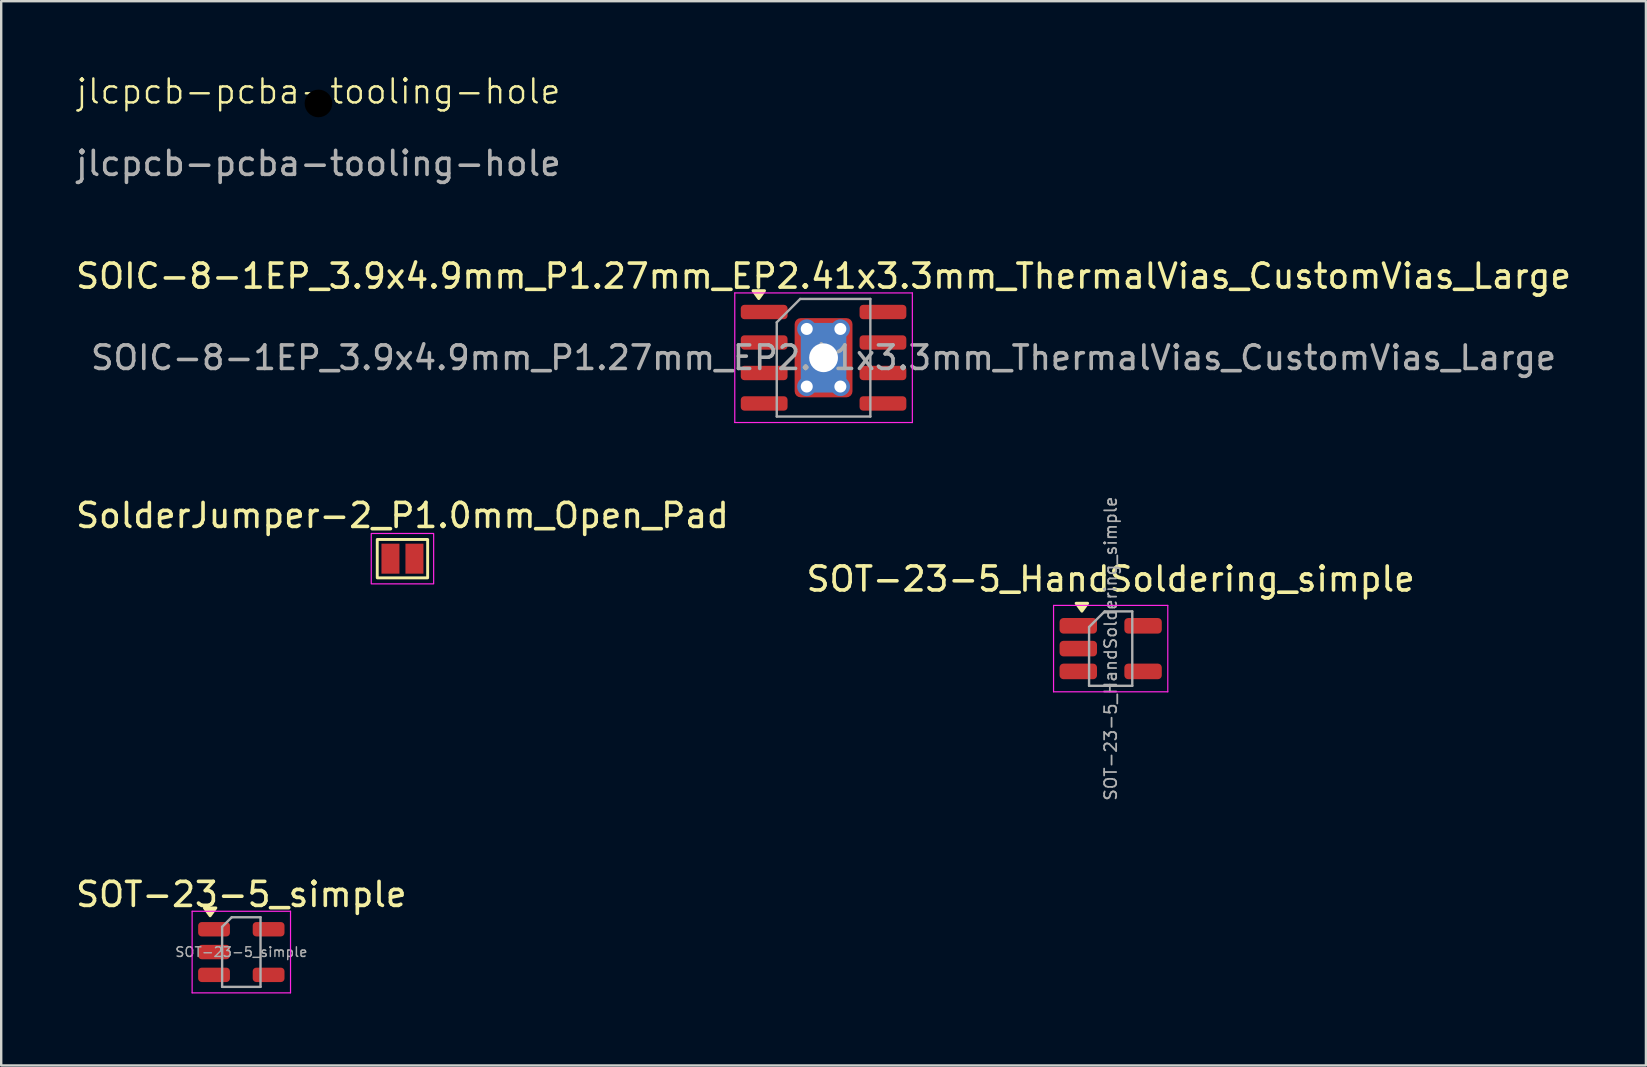
<source format=kicad_pcb>
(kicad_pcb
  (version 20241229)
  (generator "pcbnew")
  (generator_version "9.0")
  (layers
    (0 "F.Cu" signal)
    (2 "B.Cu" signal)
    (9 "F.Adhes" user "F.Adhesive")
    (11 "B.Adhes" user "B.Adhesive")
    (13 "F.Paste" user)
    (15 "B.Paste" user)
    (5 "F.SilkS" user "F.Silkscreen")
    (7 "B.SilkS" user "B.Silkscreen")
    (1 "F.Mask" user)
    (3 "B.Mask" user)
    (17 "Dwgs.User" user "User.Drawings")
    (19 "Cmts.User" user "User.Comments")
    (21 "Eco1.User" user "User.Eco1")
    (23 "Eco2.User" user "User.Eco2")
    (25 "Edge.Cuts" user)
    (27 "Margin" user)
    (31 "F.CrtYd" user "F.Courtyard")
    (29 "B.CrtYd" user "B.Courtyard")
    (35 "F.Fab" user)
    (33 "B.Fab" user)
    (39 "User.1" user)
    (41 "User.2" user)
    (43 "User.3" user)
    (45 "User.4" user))
  (footprint "jlcpcb-pcba-tooling-hole"
    (layer "F.Cu")
    (at 10.22 1.26)
    (property "Reference" "jlcpcb-pcba-tooling-hole" (at 0 -0.5 0) (unlocked yes) (layer "F.SilkS") (effects (font (size 1 1) (thickness 0.1))))
    (attr through_hole)
    (fp_text user "${REFERENCE}" (at 0 2.5 0) (unlocked yes) (layer "F.Fab") (effects (font (size 1 1) (thickness 0.15))))
    (pad "" np_thru_hole circle (at 0 0) (size 1.3 1.3) (drill 1.152) (layers "*.Mask")))
  (footprint "SolderJumper-2_P1.0mm_Open_Pad"
    (layer "F.Cu")
    (at 13.72 20.23)
    (property "Reference" "SolderJumper-2_P1.0mm_Open_Pad" (at 0 -1.8 0) (layer "F.SilkS") (effects (font (size 1 1) (thickness 0.15))))
    (attr exclude_from_pos_files exclude_from_bom)
    (fp_rect (start -1.05 -0.8) (end 1.05 0.8) (stroke (width 0.12) (type default)) (fill no) (layer "F.SilkS"))
    (fp_rect (start -1.3 -1.05) (end 1.3 1.05) (stroke (width 0.05) (type default)) (fill no) (layer "F.CrtYd"))
    (pad "1" smd rect (at -0.5 0) (size 0.75 1.25) (layers "F.Cu" "F.Mask"))
    (pad "2" smd rect (at 0.5 0) (size 0.75 1.25) (layers "F.Cu" "F.Mask")))
  (footprint "SOIC-8-1EP_3.9x4.9mm_P1.27mm_EP2.41x3.3mm_ThermalVias_CustomVias_Large"
    (layer "F.Cu")
    (at 31.268 11.857)
    (property "Reference" "SOIC-8-1EP_3.9x4.9mm_P1.27mm_EP2.41x3.3mm_ThermalVias_CustomVias_Large" (at 0 -3.4 0) (layer "F.SilkS") (effects (font (size 1 1) (thickness 0.15))))
    (attr smd)
    (fp_poly (pts (xy -2.7 -2.465) (xy -2.94 -2.795) (xy -2.46 -2.795) (xy -2.7 -2.465)) (stroke (width 0.12) (type solid)) (fill yes) (layer "F.SilkS"))
    (fp_line (start -3.7 -2.7) (end -3.7 2.7) (stroke (width 0.05) (type solid)) (layer "F.CrtYd"))
    (fp_line (start -3.7 2.7) (end 3.7 2.7) (stroke (width 0.05) (type solid)) (layer "F.CrtYd"))
    (fp_line (start 3.7 -2.7) (end -3.7 -2.7) (stroke (width 0.05) (type solid)) (layer "F.CrtYd"))
    (fp_line (start 3.7 2.7) (end 3.7 -2.7) (stroke (width 0.05) (type solid)) (layer "F.CrtYd"))
    (fp_line (start -1.95 -1.475) (end -0.975 -2.45) (stroke (width 0.1) (type solid)) (layer "F.Fab"))
    (fp_line (start -1.95 2.45) (end -1.95 -1.475) (stroke (width 0.1) (type solid)) (layer "F.Fab"))
    (fp_line (start -0.975 -2.45) (end 1.95 -2.45) (stroke (width 0.1) (type solid)) (layer "F.Fab"))
    (fp_line (start 1.95 -2.45) (end 1.95 2.45) (stroke (width 0.1) (type solid)) (layer "F.Fab"))
    (fp_line (start 1.95 2.45) (end -1.95 2.45) (stroke (width 0.1) (type solid)) (layer "F.Fab"))
    (fp_text user "${REFERENCE}" (at 0 0 0) (layer "F.Fab") (effects (font (size 0.98 0.98) (thickness 0.15))))
    (pad "" smd roundrect (at -0.6 -0.825) (size 1.01 1.38) (layers "F.Paste") (roundrect_rratio 0.248))
    (pad "" smd roundrect (at -0.6 0.825) (size 1.01 1.38) (layers "F.Paste") (roundrect_rratio 0.248))
    (pad "" smd roundrect (at 0.6 -0.825) (size 1.01 1.38) (layers "F.Paste") (roundrect_rratio 0.248))
    (pad "" smd roundrect (at 0.6 0.825) (size 1.01 1.38) (layers "F.Paste") (roundrect_rratio 0.248))
    (pad "1" smd roundrect (at -2.475 -1.905) (size 1.95 0.6) (layers "F.Cu" "F.Mask" "F.Paste") (roundrect_rratio 0.25))
    (pad "2" smd roundrect (at -2.475 -0.635) (size 1.95 0.6) (layers "F.Cu" "F.Mask" "F.Paste") (roundrect_rratio 0.25))
    (pad "3" smd roundrect (at -2.475 0.635) (size 1.95 0.6) (layers "F.Cu" "F.Mask" "F.Paste") (roundrect_rratio 0.25))
    (pad "4" smd roundrect (at -2.475 1.905) (size 1.95 0.6) (layers "F.Cu" "F.Mask" "F.Paste") (roundrect_rratio 0.25))
    (pad "5" smd roundrect (at 2.475 1.905) (size 1.95 0.6) (layers "F.Cu" "F.Mask" "F.Paste") (roundrect_rratio 0.25))
    (pad "6" smd roundrect (at 2.475 0.635) (size 1.95 0.6) (layers "F.Cu" "F.Mask" "F.Paste") (roundrect_rratio 0.25))
    (pad "7" smd roundrect (at 2.475 -0.635) (size 1.95 0.6) (layers "F.Cu" "F.Mask" "F.Paste") (roundrect_rratio 0.25))
    (pad "8" smd roundrect (at 2.475 -1.905) (size 1.95 0.6) (layers "F.Cu" "F.Mask" "F.Paste") (roundrect_rratio 0.25))
    (pad "9" thru_hole circle (at -0.7 -1.2) (size 0.8 0.8) (drill 0.5) (property pad_prop_heatsink) (layers "*.Cu"))
    (pad "9" thru_hole circle (at -0.7 1.2) (size 0.8 0.8) (drill 0.5) (property pad_prop_heatsink) (layers "*.Cu"))
    (pad "9" thru_hole circle (at 0 0) (size 1.8 1.8) (drill 1.2) (property pad_prop_heatsink) (layers "*.Cu"))
    (pad "9" smd rect (at 0 0) (size 1.9 2.9) (property pad_prop_heatsink) (layers "B.Cu"))
    (pad "9" smd roundrect (at 0 0) (size 2.41 3.3) (property pad_prop_heatsink) (layers "F.Cu" "F.Mask") (roundrect_rratio 0.104))
    (pad "9" thru_hole circle (at 0.7 -1.2) (size 0.8 0.8) (drill 0.5) (property pad_prop_heatsink) (layers "*.Cu"))
    (pad "9" thru_hole circle (at 0.7 1.2) (size 0.8 0.8) (drill 0.5) (property pad_prop_heatsink) (layers "*.Cu")))
  (footprint "SOT-23-5_HandSoldering_simple"
    (layer "F.Cu")
    (at 43.232 23.978)
    (property "Reference" "SOT-23-5_HandSoldering_simple" (at 0 -2.9 0) (layer "F.SilkS") (effects (font (size 1 1) (thickness 0.15))))
    (attr smd)
    (fp_poly (pts (xy -1.2 -1.56) (xy -1.44 -1.89) (xy -0.96 -1.89) (xy -1.2 -1.56)) (stroke (width 0.12) (type solid)) (fill yes) (layer "F.SilkS"))
    (fp_line (start -2.38 -1.8) (end -2.38 1.8) (stroke (width 0.05) (type solid)) (layer "F.CrtYd"))
    (fp_line (start -2.38 -1.8) (end 2.38 -1.8) (stroke (width 0.05) (type solid)) (layer "F.CrtYd"))
    (fp_line (start 2.38 1.8) (end -2.38 1.8) (stroke (width 0.05) (type solid)) (layer "F.CrtYd"))
    (fp_line (start 2.38 1.8) (end 2.38 -1.8) (stroke (width 0.05) (type solid)) (layer "F.CrtYd"))
    (fp_line (start -0.9 -0.9) (end -0.9 1.55) (stroke (width 0.1) (type solid)) (layer "F.Fab"))
    (fp_line (start -0.9 -0.9) (end -0.25 -1.55) (stroke (width 0.1) (type solid)) (layer "F.Fab"))
    (fp_line (start 0.9 -1.55) (end -0.25 -1.55) (stroke (width 0.1) (type solid)) (layer "F.Fab"))
    (fp_line (start 0.9 -1.55) (end 0.9 1.55) (stroke (width 0.1) (type solid)) (layer "F.Fab"))
    (fp_line (start 0.9 1.55) (end -0.9 1.55) (stroke (width 0.1) (type solid)) (layer "F.Fab"))
    (fp_text user "${REFERENCE}" (at 0 0 90) (layer "F.Fab") (effects (font (size 0.5 0.5) (thickness 0.075))))
    (pad "1" smd roundrect (at -1.35 -0.95) (size 1.56 0.65) (layers "F.Cu" "F.Mask" "F.Paste") (roundrect_rratio 0.25))
    (pad "2" smd roundrect (at -1.35 0) (size 1.56 0.65) (layers "F.Cu" "F.Mask" "F.Paste") (roundrect_rratio 0.25))
    (pad "3" smd roundrect (at -1.35 0.95) (size 1.56 0.65) (layers "F.Cu" "F.Mask" "F.Paste") (roundrect_rratio 0.25))
    (pad "4" smd roundrect (at 1.35 0.95) (size 1.56 0.65) (layers "F.Cu" "F.Mask" "F.Paste") (roundrect_rratio 0.25))
    (pad "5" smd roundrect (at 1.35 -0.95) (size 1.56 0.65) (layers "F.Cu" "F.Mask" "F.Paste") (roundrect_rratio 0.25)))
  (footprint "SOT-23-5_simple"
    (layer "F.Cu")
    (at 7.006 36.622)
    (property "Reference" "SOT-23-5_simple" (at 0 -2.4 0) (layer "F.SilkS") (effects (font (size 1 1) (thickness 0.15))))
    (attr smd)
    (fp_poly (pts (xy -1.3 -1.51) (xy -1.54 -1.84) (xy -1.06 -1.84) (xy -1.3 -1.51)) (stroke (width 0.12) (type solid)) (fill yes) (layer "F.SilkS"))
    (fp_line (start -2.05 -1.7) (end -2.05 1.7) (stroke (width 0.05) (type solid)) (layer "F.CrtYd"))
    (fp_line (start -2.05 1.7) (end 2.05 1.7) (stroke (width 0.05) (type solid)) (layer "F.CrtYd"))
    (fp_line (start 2.05 -1.7) (end -2.05 -1.7) (stroke (width 0.05) (type solid)) (layer "F.CrtYd"))
    (fp_line (start 2.05 1.7) (end 2.05 -1.7) (stroke (width 0.05) (type solid)) (layer "F.CrtYd"))
    (fp_line (start -0.8 -1.05) (end -0.4 -1.45) (stroke (width 0.1) (type solid)) (layer "F.Fab"))
    (fp_line (start -0.8 1.45) (end -0.8 -1.05) (stroke (width 0.1) (type solid)) (layer "F.Fab"))
    (fp_line (start -0.4 -1.45) (end 0.8 -1.45) (stroke (width 0.1) (type solid)) (layer "F.Fab"))
    (fp_line (start 0.8 -1.45) (end 0.8 1.45) (stroke (width 0.1) (type solid)) (layer "F.Fab"))
    (fp_line (start 0.8 1.45) (end -0.8 1.45) (stroke (width 0.1) (type solid)) (layer "F.Fab"))
    (fp_text user "${REFERENCE}" (at 0 0 0) (layer "F.Fab") (effects (font (size 0.4 0.4) (thickness 0.06))))
    (pad "1" smd roundrect (at -1.137 -0.95) (size 1.325 0.6) (layers "F.Cu" "F.Mask" "F.Paste") (roundrect_rratio 0.25))
    (pad "2" smd roundrect (at -1.137 0) (size 1.325 0.6) (layers "F.Cu" "F.Mask" "F.Paste") (roundrect_rratio 0.25))
    (pad "3" smd roundrect (at -1.137 0.95) (size 1.325 0.6) (layers "F.Cu" "F.Mask" "F.Paste") (roundrect_rratio 0.25))
    (pad "4" smd roundrect (at 1.137 0.95) (size 1.325 0.6) (layers "F.Cu" "F.Mask" "F.Paste") (roundrect_rratio 0.25))
    (pad "5" smd roundrect (at 1.137 -0.95) (size 1.325 0.6) (layers "F.Cu" "F.Mask" "F.Paste") (roundrect_rratio 0.25)))
  (gr_rect
    (start -3 -3)
    (end 65.536 41.347)
    (stroke (width 0.1) (type default))
    (fill no)
    (layer "Edge.Cuts")))
</source>
